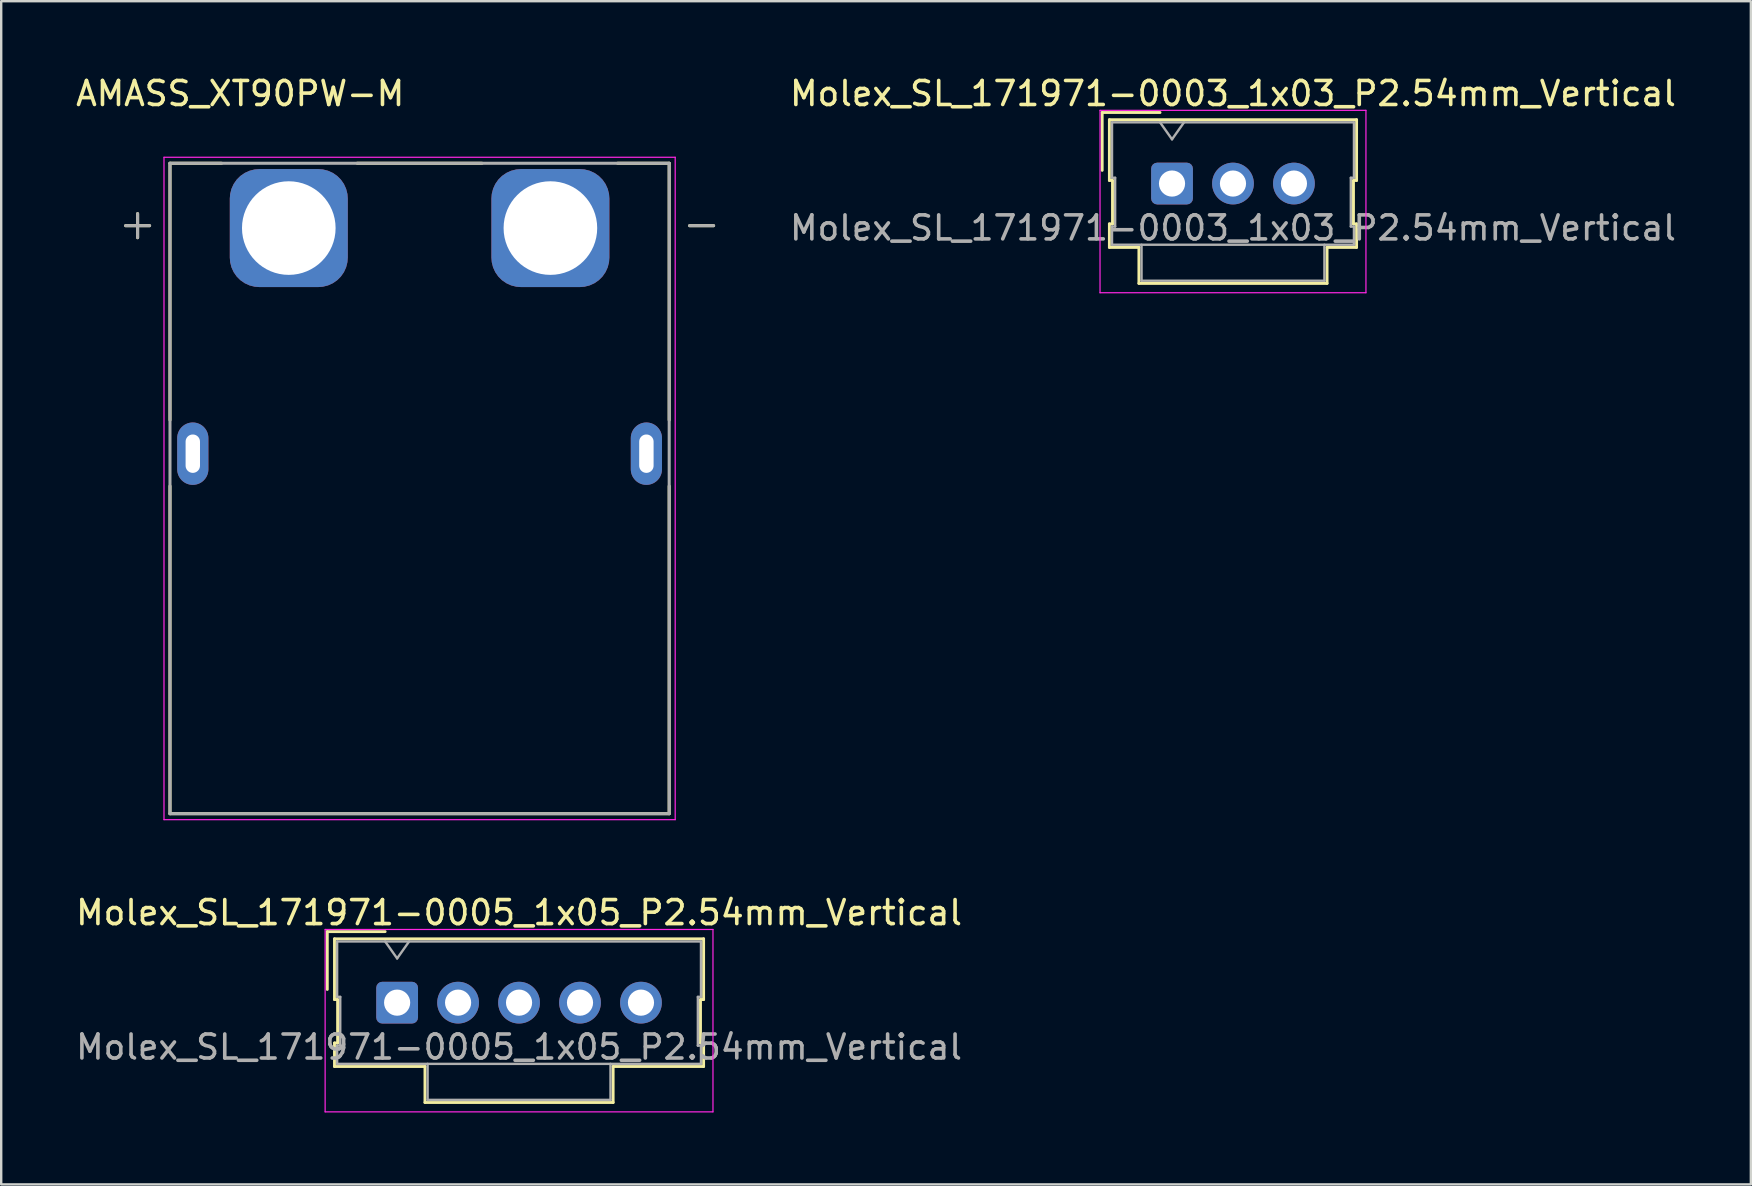
<source format=kicad_pcb>
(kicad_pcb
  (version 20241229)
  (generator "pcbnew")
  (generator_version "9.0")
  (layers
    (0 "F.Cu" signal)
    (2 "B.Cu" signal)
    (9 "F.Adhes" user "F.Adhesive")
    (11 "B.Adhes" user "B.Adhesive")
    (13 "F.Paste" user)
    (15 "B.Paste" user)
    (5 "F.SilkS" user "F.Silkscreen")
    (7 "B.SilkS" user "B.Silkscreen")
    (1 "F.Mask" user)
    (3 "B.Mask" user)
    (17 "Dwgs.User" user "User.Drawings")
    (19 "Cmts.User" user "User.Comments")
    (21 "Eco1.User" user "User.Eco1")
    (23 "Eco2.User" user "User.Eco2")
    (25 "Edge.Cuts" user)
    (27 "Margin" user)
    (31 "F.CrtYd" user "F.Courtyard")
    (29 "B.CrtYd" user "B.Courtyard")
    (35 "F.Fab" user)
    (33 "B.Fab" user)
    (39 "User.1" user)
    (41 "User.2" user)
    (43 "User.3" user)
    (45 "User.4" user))
  (footprint "Molex_SL_171971-0005_1x05_P2.54mm_Vertical"
    (layer "F.Cu")
    (at 13.497 38.727)
    (property "Reference" "Molex_SL_171971-0005_1x05_P2.54mm_Vertical" (at 5.08 -3.75 0) (layer "F.SilkS") (effects (font (size 1 1) (thickness 0.15))))
    (attr through_hole)
    (fp_line (start -2.91 -2.96) (end -0.5 -2.96) (stroke (width 0.12) (type solid)) (layer "F.SilkS"))
    (fp_line (start -2.91 -0.55) (end -2.91 -2.96) (stroke (width 0.12) (type solid)) (layer "F.SilkS"))
    (fp_line (start -2.61 -2.66) (end -2.61 -0.13) (stroke (width 0.12) (type solid)) (layer "F.SilkS"))
    (fp_line (start -2.61 -0.13) (end -2.48 -0.13) (stroke (width 0.12) (type solid)) (layer "F.SilkS"))
    (fp_line (start -2.61 1.68) (end -2.61 2.66) (stroke (width 0.12) (type solid)) (layer "F.SilkS"))
    (fp_line (start -2.61 2.66) (end 1.16 2.66) (stroke (width 0.12) (type solid)) (layer "F.SilkS"))
    (fp_line (start -2.48 -0.13) (end -2.48 1.68) (stroke (width 0.12) (type solid)) (layer "F.SilkS"))
    (fp_line (start -2.48 1.68) (end -2.61 1.68) (stroke (width 0.12) (type solid)) (layer "F.SilkS"))
    (fp_line (start 1.16 2.66) (end 1.16 4.16) (stroke (width 0.12) (type solid)) (layer "F.SilkS"))
    (fp_line (start 1.16 4.16) (end 9 4.16) (stroke (width 0.12) (type solid)) (layer "F.SilkS"))
    (fp_line (start 9 2.66) (end 12.77 2.66) (stroke (width 0.12) (type solid)) (layer "F.SilkS"))
    (fp_line (start 9 4.16) (end 9 2.66) (stroke (width 0.12) (type solid)) (layer "F.SilkS"))
    (fp_line (start 12.64 -0.13) (end 12.77 -0.13) (stroke (width 0.12) (type solid)) (layer "F.SilkS"))
    (fp_line (start 12.64 1.68) (end 12.64 -0.13) (stroke (width 0.12) (type solid)) (layer "F.SilkS"))
    (fp_line (start 12.77 -2.66) (end -2.61 -2.66) (stroke (width 0.12) (type solid)) (layer "F.SilkS"))
    (fp_line (start 12.77 -0.13) (end 12.77 -2.66) (stroke (width 0.12) (type solid)) (layer "F.SilkS"))
    (fp_line (start 12.77 1.68) (end 12.64 1.68) (stroke (width 0.12) (type solid)) (layer "F.SilkS"))
    (fp_line (start 12.77 2.66) (end 12.77 1.68) (stroke (width 0.12) (type solid)) (layer "F.SilkS"))
    (fp_line (start -3 -3.05) (end -3 4.55) (stroke (width 0.05) (type solid)) (layer "F.CrtYd"))
    (fp_line (start -3 4.55) (end 13.16 4.55) (stroke (width 0.05) (type solid)) (layer "F.CrtYd"))
    (fp_line (start 13.16 -3.05) (end -3 -3.05) (stroke (width 0.05) (type solid)) (layer "F.CrtYd"))
    (fp_line (start 13.16 4.55) (end 13.16 -3.05) (stroke (width 0.05) (type solid)) (layer "F.CrtYd"))
    (fp_line (start -2.5 -2.55) (end -2.5 -0.24) (stroke (width 0.1) (type solid)) (layer "F.Fab"))
    (fp_line (start -2.5 -0.24) (end -2.37 -0.24) (stroke (width 0.1) (type solid)) (layer "F.Fab"))
    (fp_line (start -2.5 1.79) (end -2.5 2.55) (stroke (width 0.1) (type solid)) (layer "F.Fab"))
    (fp_line (start -2.5 2.55) (end 12.66 2.55) (stroke (width 0.1) (type solid)) (layer "F.Fab"))
    (fp_line (start -2.37 -0.24) (end -2.37 1.79) (stroke (width 0.1) (type solid)) (layer "F.Fab"))
    (fp_line (start -2.37 1.79) (end -2.5 1.79) (stroke (width 0.1) (type solid)) (layer "F.Fab"))
    (fp_line (start 0 -1.843) (end -0.5 -2.55) (stroke (width 0.1) (type solid)) (layer "F.Fab"))
    (fp_line (start 0.5 -2.55) (end 0 -1.843) (stroke (width 0.1) (type solid)) (layer "F.Fab"))
    (fp_line (start 1.27 2.55) (end 1.27 4.05) (stroke (width 0.1) (type solid)) (layer "F.Fab"))
    (fp_line (start 1.27 4.05) (end 8.89 4.05) (stroke (width 0.1) (type solid)) (layer "F.Fab"))
    (fp_line (start 8.89 4.05) (end 8.89 2.55) (stroke (width 0.1) (type solid)) (layer "F.Fab"))
    (fp_line (start 12.53 -0.24) (end 12.66 -0.24) (stroke (width 0.1) (type solid)) (layer "F.Fab"))
    (fp_line (start 12.53 1.79) (end 12.53 -0.24) (stroke (width 0.1) (type solid)) (layer "F.Fab"))
    (fp_line (start 12.66 -2.55) (end -2.5 -2.55) (stroke (width 0.1) (type solid)) (layer "F.Fab"))
    (fp_line (start 12.66 -0.24) (end 12.66 -2.55) (stroke (width 0.1) (type solid)) (layer "F.Fab"))
    (fp_line (start 12.66 1.79) (end 12.53 1.79) (stroke (width 0.1) (type solid)) (layer "F.Fab"))
    (fp_line (start 12.66 2.55) (end 12.66 1.79) (stroke (width 0.1) (type solid)) (layer "F.Fab"))
    (fp_text user "${REFERENCE}" (at 5.08 1.85 0) (layer "F.Fab") (effects (font (size 1 1) (thickness 0.15))))
    (pad "1" thru_hole roundrect (at 0 0) (size 1.74 1.74) (drill 1.09) (layers "*.Cu" "*.Mask") (roundrect_rratio 0.144))
    (pad "2" thru_hole circle (at 2.54 0) (size 1.74 1.74) (drill 1.09) (layers "*.Cu" "*.Mask"))
    (pad "3" thru_hole circle (at 5.08 0) (size 1.74 1.74) (drill 1.09) (layers "*.Cu" "*.Mask"))
    (pad "4" thru_hole circle (at 7.62 0) (size 1.74 1.74) (drill 1.09) (layers "*.Cu" "*.Mask"))
    (pad "5" thru_hole circle (at 10.16 0) (size 1.74 1.74) (drill 1.09) (layers "*.Cu" "*.Mask")))
  (footprint "AMASS_XT90PW-M"
    (layer "F.Cu")
    (at 14.433 15.853)
    (property "Reference" "AMASS_XT90PW-M" (at -7.475 -15.005 0) (layer "F.SilkS") (effects (font (size 1 1) (thickness 0.15))))
    (attr through_hole)
    (fp_line (start -11.75 -9) (end -11.75 -10) (stroke (width 0.127) (type solid)) (layer "F.SilkS"))
    (fp_line (start -11.25 -9.5) (end -12.25 -9.5) (stroke (width 0.127) (type solid)) (layer "F.SilkS"))
    (fp_line (start -10.4 -12.1) (end -10.4 -1.4) (stroke (width 0.127) (type solid)) (layer "F.SilkS"))
    (fp_line (start -10.4 1.35) (end -10.4 15) (stroke (width 0.127) (type solid)) (layer "F.SilkS"))
    (fp_line (start -10.4 15) (end 10.4 15) (stroke (width 0.127) (type solid)) (layer "F.SilkS"))
    (fp_line (start -8.25 -12.1) (end -10.4 -12.1) (stroke (width 0.127) (type solid)) (layer "F.SilkS"))
    (fp_line (start -2.6 -12.1) (end 2.6 -12.1) (stroke (width 0.127) (type solid)) (layer "F.SilkS"))
    (fp_line (start 10.4 -12.1) (end 8.25 -12.1) (stroke (width 0.127) (type solid)) (layer "F.SilkS"))
    (fp_line (start 10.4 -1.4) (end 10.4 -12.1) (stroke (width 0.127) (type solid)) (layer "F.SilkS"))
    (fp_line (start 10.4 15) (end 10.4 1.35) (stroke (width 0.127) (type solid)) (layer "F.SilkS"))
    (fp_line (start 11.25 -9.5) (end 12.25 -9.5) (stroke (width 0.127) (type solid)) (layer "F.SilkS"))
    (fp_line (start -10.65 -12.35) (end 10.65 -12.35) (stroke (width 0.05) (type solid)) (layer "F.CrtYd"))
    (fp_line (start -10.65 15.25) (end -10.65 -12.35) (stroke (width 0.05) (type solid)) (layer "F.CrtYd"))
    (fp_line (start 10.65 -12.35) (end 10.65 15.25) (stroke (width 0.05) (type solid)) (layer "F.CrtYd"))
    (fp_line (start 10.65 15.25) (end -10.65 15.25) (stroke (width 0.05) (type solid)) (layer "F.CrtYd"))
    (fp_line (start -11.75 -9) (end -11.75 -10) (stroke (width 0.127) (type solid)) (layer "F.Fab"))
    (fp_line (start -11.25 -9.5) (end -12.25 -9.5) (stroke (width 0.127) (type solid)) (layer "F.Fab"))
    (fp_line (start -10.4 -12.1) (end 10.4 -12.1) (stroke (width 0.127) (type solid)) (layer "F.Fab"))
    (fp_line (start -10.4 15) (end -10.4 -12.1) (stroke (width 0.127) (type solid)) (layer "F.Fab"))
    (fp_line (start 10.4 -12.1) (end 10.4 15) (stroke (width 0.127) (type solid)) (layer "F.Fab"))
    (fp_line (start 10.4 15) (end -10.4 15) (stroke (width 0.127) (type solid)) (layer "F.Fab"))
    (fp_line (start 12.25 -9.5) (end 11.25 -9.5) (stroke (width 0.127) (type solid)) (layer "F.Fab"))
    (pad "" thru_hole oval (at -9.45 0) (size 1.3 2.6) (drill oval 0.6 1.6) (layers "*.Cu" "*.Mask"))
    (pad "" thru_hole oval (at 9.45 0) (size 1.3 2.6) (drill oval 0.6 1.6) (layers "*.Cu" "*.Mask"))
    (pad "1" thru_hole roundrect (at -5.45 -9.4) (size 4.916 4.916) (drill 3.9) (layers "*.Cu" "*.Mask") (roundrect_rratio 0.25))
    (pad "2" thru_hole roundrect (at 5.45 -9.4) (size 4.916 4.916) (drill 3.9) (layers "*.Cu" "*.Mask") (roundrect_rratio 0.25)))
  (footprint "Molex_SL_171971-0003_1x03_P2.54mm_Vertical"
    (layer "F.Cu")
    (at 45.784 4.598)
    (property "Reference" "Molex_SL_171971-0003_1x03_P2.54mm_Vertical" (at 2.54 -3.75 0) (layer "F.SilkS") (effects (font (size 1 1) (thickness 0.15))))
    (attr through_hole)
    (fp_line (start -2.91 -2.96) (end -0.5 -2.96) (stroke (width 0.12) (type solid)) (layer "F.SilkS"))
    (fp_line (start -2.91 -0.55) (end -2.91 -2.96) (stroke (width 0.12) (type solid)) (layer "F.SilkS"))
    (fp_line (start -2.61 -2.66) (end -2.61 -0.13) (stroke (width 0.12) (type solid)) (layer "F.SilkS"))
    (fp_line (start -2.61 -0.13) (end -2.48 -0.13) (stroke (width 0.12) (type solid)) (layer "F.SilkS"))
    (fp_line (start -2.61 1.68) (end -2.61 2.66) (stroke (width 0.12) (type solid)) (layer "F.SilkS"))
    (fp_line (start -2.61 2.66) (end -1.38 2.66) (stroke (width 0.12) (type solid)) (layer "F.SilkS"))
    (fp_line (start -2.48 -0.13) (end -2.48 1.68) (stroke (width 0.12) (type solid)) (layer "F.SilkS"))
    (fp_line (start -2.48 1.68) (end -2.61 1.68) (stroke (width 0.12) (type solid)) (layer "F.SilkS"))
    (fp_line (start -1.38 2.66) (end -1.38 4.16) (stroke (width 0.12) (type solid)) (layer "F.SilkS"))
    (fp_line (start -1.38 4.16) (end 6.46 4.16) (stroke (width 0.12) (type solid)) (layer "F.SilkS"))
    (fp_line (start 6.46 2.66) (end 7.69 2.66) (stroke (width 0.12) (type solid)) (layer "F.SilkS"))
    (fp_line (start 6.46 4.16) (end 6.46 2.66) (stroke (width 0.12) (type solid)) (layer "F.SilkS"))
    (fp_line (start 7.56 -0.13) (end 7.69 -0.13) (stroke (width 0.12) (type solid)) (layer "F.SilkS"))
    (fp_line (start 7.56 1.68) (end 7.56 -0.13) (stroke (width 0.12) (type solid)) (layer "F.SilkS"))
    (fp_line (start 7.69 -2.66) (end -2.61 -2.66) (stroke (width 0.12) (type solid)) (layer "F.SilkS"))
    (fp_line (start 7.69 -0.13) (end 7.69 -2.66) (stroke (width 0.12) (type solid)) (layer "F.SilkS"))
    (fp_line (start 7.69 1.68) (end 7.56 1.68) (stroke (width 0.12) (type solid)) (layer "F.SilkS"))
    (fp_line (start 7.69 2.66) (end 7.69 1.68) (stroke (width 0.12) (type solid)) (layer "F.SilkS"))
    (fp_line (start -3 -3.05) (end -3 4.55) (stroke (width 0.05) (type solid)) (layer "F.CrtYd"))
    (fp_line (start -3 4.55) (end 8.08 4.55) (stroke (width 0.05) (type solid)) (layer "F.CrtYd"))
    (fp_line (start 8.08 -3.05) (end -3 -3.05) (stroke (width 0.05) (type solid)) (layer "F.CrtYd"))
    (fp_line (start 8.08 4.55) (end 8.08 -3.05) (stroke (width 0.05) (type solid)) (layer "F.CrtYd"))
    (fp_line (start -2.5 -2.55) (end -2.5 -0.24) (stroke (width 0.1) (type solid)) (layer "F.Fab"))
    (fp_line (start -2.5 -0.24) (end -2.37 -0.24) (stroke (width 0.1) (type solid)) (layer "F.Fab"))
    (fp_line (start -2.5 1.79) (end -2.5 2.55) (stroke (width 0.1) (type solid)) (layer "F.Fab"))
    (fp_line (start -2.5 2.55) (end 7.58 2.55) (stroke (width 0.1) (type solid)) (layer "F.Fab"))
    (fp_line (start -2.37 -0.24) (end -2.37 1.79) (stroke (width 0.1) (type solid)) (layer "F.Fab"))
    (fp_line (start -2.37 1.79) (end -2.5 1.79) (stroke (width 0.1) (type solid)) (layer "F.Fab"))
    (fp_line (start -1.27 2.55) (end -1.27 4.05) (stroke (width 0.1) (type solid)) (layer "F.Fab"))
    (fp_line (start -1.27 4.05) (end 6.35 4.05) (stroke (width 0.1) (type solid)) (layer "F.Fab"))
    (fp_line (start 0 -1.843) (end -0.5 -2.55) (stroke (width 0.1) (type solid)) (layer "F.Fab"))
    (fp_line (start 0.5 -2.55) (end 0 -1.843) (stroke (width 0.1) (type solid)) (layer "F.Fab"))
    (fp_line (start 6.35 4.05) (end 6.35 2.55) (stroke (width 0.1) (type solid)) (layer "F.Fab"))
    (fp_line (start 7.45 -0.24) (end 7.58 -0.24) (stroke (width 0.1) (type solid)) (layer "F.Fab"))
    (fp_line (start 7.45 1.79) (end 7.45 -0.24) (stroke (width 0.1) (type solid)) (layer "F.Fab"))
    (fp_line (start 7.58 -2.55) (end -2.5 -2.55) (stroke (width 0.1) (type solid)) (layer "F.Fab"))
    (fp_line (start 7.58 -0.24) (end 7.58 -2.55) (stroke (width 0.1) (type solid)) (layer "F.Fab"))
    (fp_line (start 7.58 1.79) (end 7.45 1.79) (stroke (width 0.1) (type solid)) (layer "F.Fab"))
    (fp_line (start 7.58 2.55) (end 7.58 1.79) (stroke (width 0.1) (type solid)) (layer "F.Fab"))
    (fp_text user "${REFERENCE}" (at 2.54 1.85 0) (layer "F.Fab") (effects (font (size 1 1) (thickness 0.15))))
    (pad "1" thru_hole roundrect (at 0 0) (size 1.74 1.74) (drill 1.09) (layers "*.Cu" "*.Mask") (roundrect_rratio 0.144))
    (pad "2" thru_hole circle (at 2.54 0) (size 1.74 1.74) (drill 1.09) (layers "*.Cu" "*.Mask"))
    (pad "3" thru_hole circle (at 5.08 0) (size 1.74 1.74) (drill 1.09) (layers "*.Cu" "*.Mask")))
  (gr_rect
    (start -3 -3)
    (end 69.902 46.301)
    (stroke (width 0.1) (type default))
    (fill no)
    (layer "Edge.Cuts")))
</source>
